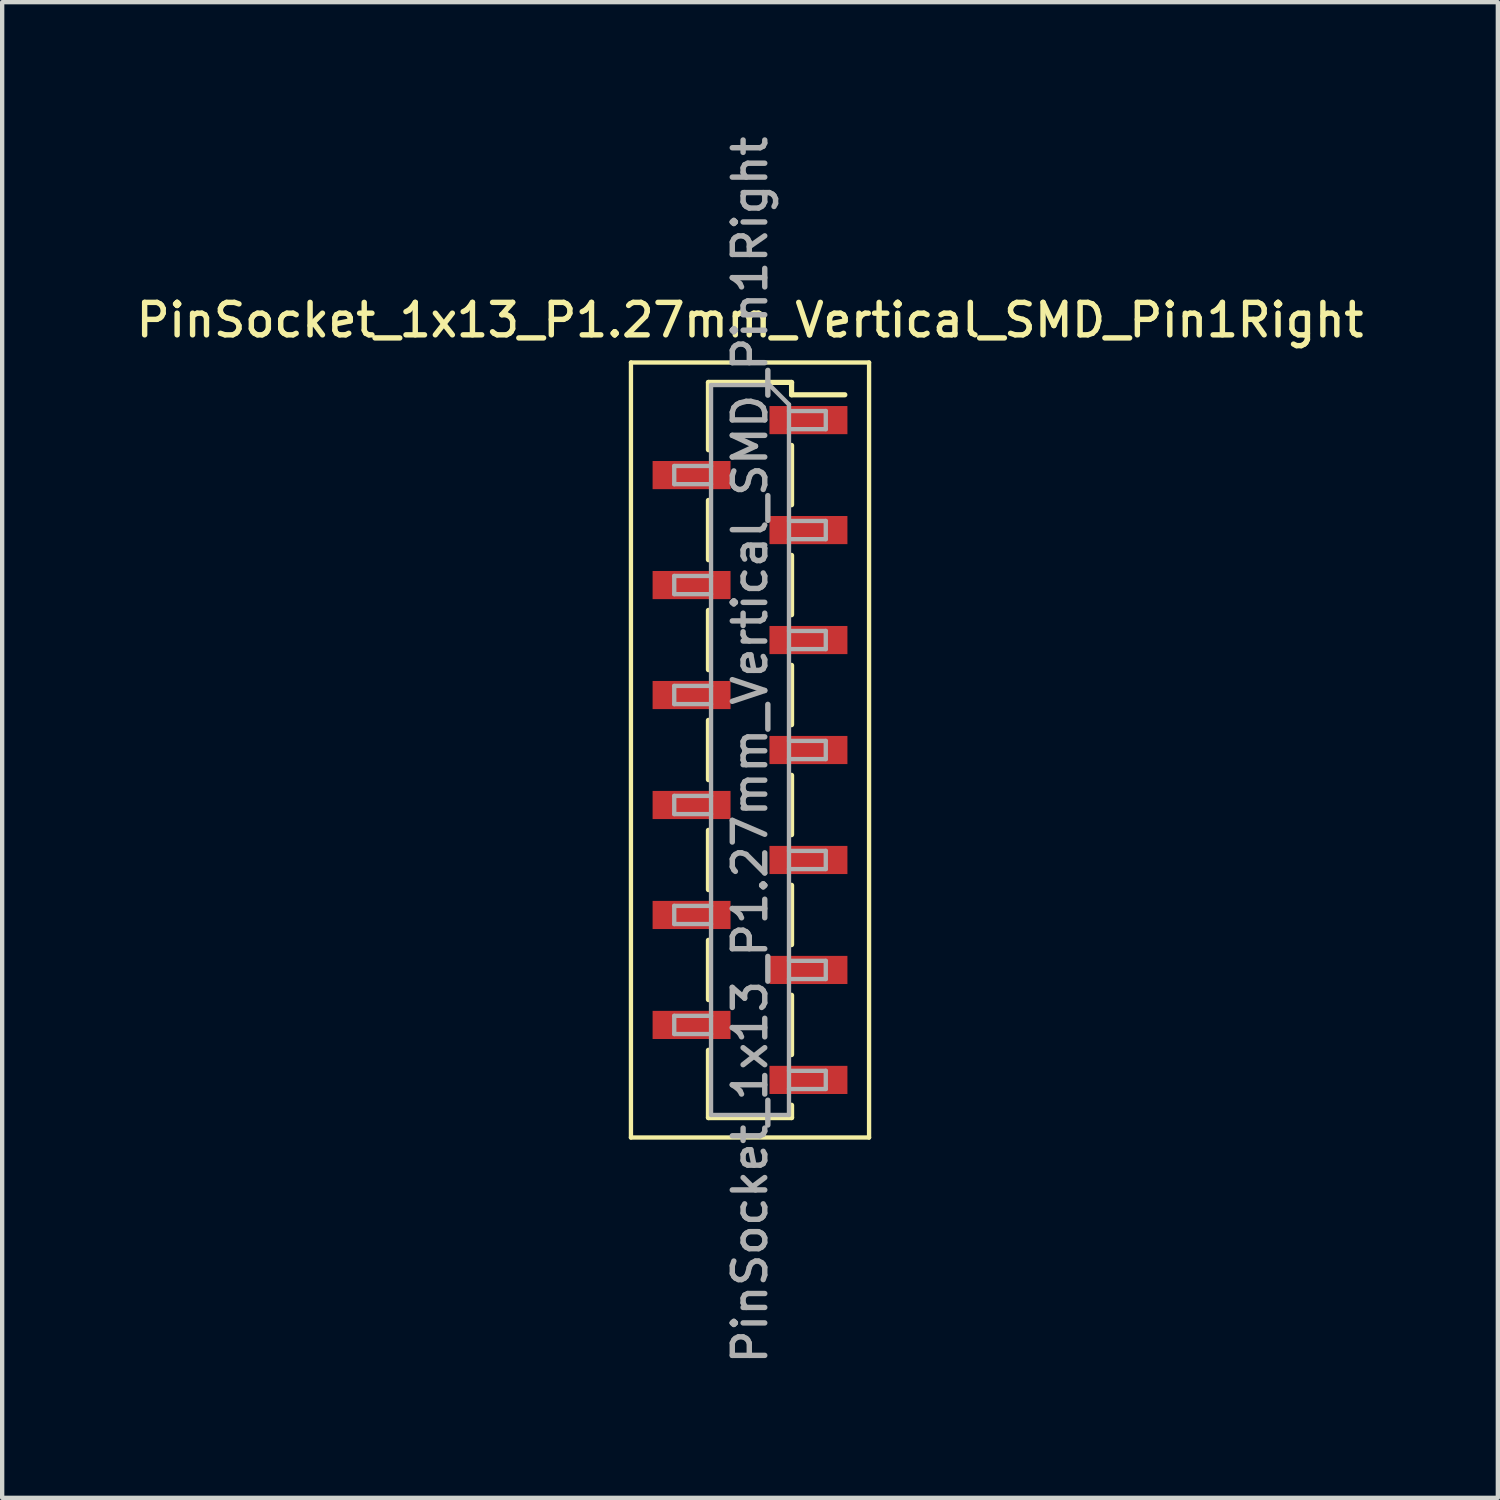
<source format=kicad_pcb>
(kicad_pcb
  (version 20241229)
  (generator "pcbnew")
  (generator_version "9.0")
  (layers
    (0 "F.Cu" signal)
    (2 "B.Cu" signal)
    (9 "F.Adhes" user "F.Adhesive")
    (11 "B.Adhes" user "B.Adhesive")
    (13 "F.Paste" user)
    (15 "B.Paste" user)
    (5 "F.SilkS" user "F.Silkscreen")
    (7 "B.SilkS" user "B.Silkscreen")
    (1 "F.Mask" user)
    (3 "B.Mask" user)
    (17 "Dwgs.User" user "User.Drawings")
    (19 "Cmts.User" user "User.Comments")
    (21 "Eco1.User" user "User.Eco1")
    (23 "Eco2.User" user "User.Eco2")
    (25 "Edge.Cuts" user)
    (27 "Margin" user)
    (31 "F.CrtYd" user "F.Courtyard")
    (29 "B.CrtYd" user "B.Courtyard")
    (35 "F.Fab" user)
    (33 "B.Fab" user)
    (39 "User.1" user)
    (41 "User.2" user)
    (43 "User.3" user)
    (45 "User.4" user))
  (footprint "PinSocket_1x13_P1.27mm_Vertical_SMD_Pin1Right"
    (layer "F.Cu")
    (at 14.273 14.273)
    (property "Reference" "PinSocket_1x13_P1.27mm_Vertical_SMD_Pin1Right" (at 0 -9.93 0) (layer "F.SilkS") (effects (font (size 0.75 0.75) (thickness 0.125))))
    (attr smd)
    (fp_line (start -2.75 -8.95) (end 2.75 -8.95) (stroke (width 0.1) (type solid)) (layer "F.SilkS"))
    (fp_line (start -2.75 8.95) (end -2.75 -8.95) (stroke (width 0.1) (type solid)) (layer "F.SilkS"))
    (fp_line (start -0.96 -8.49) (end -0.96 -6.935) (stroke (width 0.12) (type solid)) (layer "F.SilkS"))
    (fp_line (start -0.96 -8.49) (end 0.96 -8.49) (stroke (width 0.12) (type solid)) (layer "F.SilkS"))
    (fp_line (start -0.96 -5.765) (end -0.96 -4.395) (stroke (width 0.12) (type solid)) (layer "F.SilkS"))
    (fp_line (start -0.96 -3.225) (end -0.96 -1.855) (stroke (width 0.12) (type solid)) (layer "F.SilkS"))
    (fp_line (start -0.96 -0.685) (end -0.96 0.685) (stroke (width 0.12) (type solid)) (layer "F.SilkS"))
    (fp_line (start -0.96 1.855) (end -0.96 3.225) (stroke (width 0.12) (type solid)) (layer "F.SilkS"))
    (fp_line (start -0.96 4.395) (end -0.96 5.765) (stroke (width 0.12) (type solid)) (layer "F.SilkS"))
    (fp_line (start -0.96 6.935) (end -0.96 8.49) (stroke (width 0.12) (type solid)) (layer "F.SilkS"))
    (fp_line (start -0.96 8.49) (end 0.96 8.49) (stroke (width 0.12) (type solid)) (layer "F.SilkS"))
    (fp_line (start 0.96 -8.49) (end 0.96 -8.205) (stroke (width 0.12) (type solid)) (layer "F.SilkS"))
    (fp_line (start 0.96 -8.205) (end 2.19 -8.205) (stroke (width 0.12) (type solid)) (layer "F.SilkS"))
    (fp_line (start 0.96 -7.035) (end 0.96 -5.665) (stroke (width 0.12) (type solid)) (layer "F.SilkS"))
    (fp_line (start 0.96 -4.495) (end 0.96 -3.125) (stroke (width 0.12) (type solid)) (layer "F.SilkS"))
    (fp_line (start 0.96 -1.955) (end 0.96 -0.585) (stroke (width 0.12) (type solid)) (layer "F.SilkS"))
    (fp_line (start 0.96 0.585) (end 0.96 1.955) (stroke (width 0.12) (type solid)) (layer "F.SilkS"))
    (fp_line (start 0.96 3.125) (end 0.96 4.495) (stroke (width 0.12) (type solid)) (layer "F.SilkS"))
    (fp_line (start 0.96 5.665) (end 0.96 7.035) (stroke (width 0.12) (type solid)) (layer "F.SilkS"))
    (fp_line (start 0.96 8.205) (end 0.96 8.49) (stroke (width 0.12) (type solid)) (layer "F.SilkS"))
    (fp_line (start 2.75 -8.95) (end 2.75 8.95) (stroke (width 0.1) (type solid)) (layer "F.SilkS"))
    (fp_line (start 2.75 8.95) (end -2.75 8.95) (stroke (width 0.1) (type solid)) (layer "F.SilkS"))
    (fp_line (start -1.75 -6.56) (end -0.9 -6.56) (stroke (width 0.1) (type solid)) (layer "F.Fab"))
    (fp_line (start -1.75 -6.14) (end -1.75 -6.56) (stroke (width 0.1) (type solid)) (layer "F.Fab"))
    (fp_line (start -1.75 -4.02) (end -0.9 -4.02) (stroke (width 0.1) (type solid)) (layer "F.Fab"))
    (fp_line (start -1.75 -3.6) (end -1.75 -4.02) (stroke (width 0.1) (type solid)) (layer "F.Fab"))
    (fp_line (start -1.75 -1.48) (end -0.9 -1.48) (stroke (width 0.1) (type solid)) (layer "F.Fab"))
    (fp_line (start -1.75 -1.06) (end -1.75 -1.48) (stroke (width 0.1) (type solid)) (layer "F.Fab"))
    (fp_line (start -1.75 1.06) (end -0.9 1.06) (stroke (width 0.1) (type solid)) (layer "F.Fab"))
    (fp_line (start -1.75 1.48) (end -1.75 1.06) (stroke (width 0.1) (type solid)) (layer "F.Fab"))
    (fp_line (start -1.75 3.6) (end -0.9 3.6) (stroke (width 0.1) (type solid)) (layer "F.Fab"))
    (fp_line (start -1.75 4.02) (end -1.75 3.6) (stroke (width 0.1) (type solid)) (layer "F.Fab"))
    (fp_line (start -1.75 6.14) (end -0.9 6.14) (stroke (width 0.1) (type solid)) (layer "F.Fab"))
    (fp_line (start -1.75 6.56) (end -1.75 6.14) (stroke (width 0.1) (type solid)) (layer "F.Fab"))
    (fp_line (start -0.9 -8.43) (end 0.45 -8.43) (stroke (width 0.1) (type solid)) (layer "F.Fab"))
    (fp_line (start -0.9 -6.14) (end -1.75 -6.14) (stroke (width 0.1) (type solid)) (layer "F.Fab"))
    (fp_line (start -0.9 -3.6) (end -1.75 -3.6) (stroke (width 0.1) (type solid)) (layer "F.Fab"))
    (fp_line (start -0.9 -1.06) (end -1.75 -1.06) (stroke (width 0.1) (type solid)) (layer "F.Fab"))
    (fp_line (start -0.9 1.48) (end -1.75 1.48) (stroke (width 0.1) (type solid)) (layer "F.Fab"))
    (fp_line (start -0.9 4.02) (end -1.75 4.02) (stroke (width 0.1) (type solid)) (layer "F.Fab"))
    (fp_line (start -0.9 6.56) (end -1.75 6.56) (stroke (width 0.1) (type solid)) (layer "F.Fab"))
    (fp_line (start -0.9 8.43) (end -0.9 -8.43) (stroke (width 0.1) (type solid)) (layer "F.Fab"))
    (fp_line (start 0.45 -8.43) (end 0.9 -7.98) (stroke (width 0.1) (type solid)) (layer "F.Fab"))
    (fp_line (start 0.9 -7.98) (end 0.9 8.43) (stroke (width 0.1) (type solid)) (layer "F.Fab"))
    (fp_line (start 0.9 -7.83) (end 1.75 -7.83) (stroke (width 0.1) (type solid)) (layer "F.Fab"))
    (fp_line (start 0.9 -5.29) (end 1.75 -5.29) (stroke (width 0.1) (type solid)) (layer "F.Fab"))
    (fp_line (start 0.9 -2.75) (end 1.75 -2.75) (stroke (width 0.1) (type solid)) (layer "F.Fab"))
    (fp_line (start 0.9 -0.21) (end 1.75 -0.21) (stroke (width 0.1) (type solid)) (layer "F.Fab"))
    (fp_line (start 0.9 2.33) (end 1.75 2.33) (stroke (width 0.1) (type solid)) (layer "F.Fab"))
    (fp_line (start 0.9 4.87) (end 1.75 4.87) (stroke (width 0.1) (type solid)) (layer "F.Fab"))
    (fp_line (start 0.9 7.41) (end 1.75 7.41) (stroke (width 0.1) (type solid)) (layer "F.Fab"))
    (fp_line (start 0.9 8.43) (end -0.9 8.43) (stroke (width 0.1) (type solid)) (layer "F.Fab"))
    (fp_line (start 1.75 -7.83) (end 1.75 -7.41) (stroke (width 0.1) (type solid)) (layer "F.Fab"))
    (fp_line (start 1.75 -7.41) (end 0.9 -7.41) (stroke (width 0.1) (type solid)) (layer "F.Fab"))
    (fp_line (start 1.75 -5.29) (end 1.75 -4.87) (stroke (width 0.1) (type solid)) (layer "F.Fab"))
    (fp_line (start 1.75 -4.87) (end 0.9 -4.87) (stroke (width 0.1) (type solid)) (layer "F.Fab"))
    (fp_line (start 1.75 -2.75) (end 1.75 -2.33) (stroke (width 0.1) (type solid)) (layer "F.Fab"))
    (fp_line (start 1.75 -2.33) (end 0.9 -2.33) (stroke (width 0.1) (type solid)) (layer "F.Fab"))
    (fp_line (start 1.75 -0.21) (end 1.75 0.21) (stroke (width 0.1) (type solid)) (layer "F.Fab"))
    (fp_line (start 1.75 0.21) (end 0.9 0.21) (stroke (width 0.1) (type solid)) (layer "F.Fab"))
    (fp_line (start 1.75 2.33) (end 1.75 2.75) (stroke (width 0.1) (type solid)) (layer "F.Fab"))
    (fp_line (start 1.75 2.75) (end 0.9 2.75) (stroke (width 0.1) (type solid)) (layer "F.Fab"))
    (fp_line (start 1.75 4.87) (end 1.75 5.29) (stroke (width 0.1) (type solid)) (layer "F.Fab"))
    (fp_line (start 1.75 5.29) (end 0.9 5.29) (stroke (width 0.1) (type solid)) (layer "F.Fab"))
    (fp_line (start 1.75 7.41) (end 1.75 7.83) (stroke (width 0.1) (type solid)) (layer "F.Fab"))
    (fp_line (start 1.75 7.83) (end 0.9 7.83) (stroke (width 0.1) (type solid)) (layer "F.Fab"))
    (fp_text user "${REFERENCE}" (at 0 0 90) (layer "F.Fab") (effects (font (size 0.75 0.75) (thickness 0.125))))
    (pad "1" smd rect (at 1.35 -7.62) (size 1.8 0.65) (layers "F.Cu" "F.Mask" "F.Paste"))
    (pad "2" smd rect (at -1.35 -6.35) (size 1.8 0.65) (layers "F.Cu" "F.Mask" "F.Paste"))
    (pad "3" smd rect (at 1.35 -5.08) (size 1.8 0.65) (layers "F.Cu" "F.Mask" "F.Paste"))
    (pad "4" smd rect (at -1.35 -3.81) (size 1.8 0.65) (layers "F.Cu" "F.Mask" "F.Paste"))
    (pad "5" smd rect (at 1.35 -2.54) (size 1.8 0.65) (layers "F.Cu" "F.Mask" "F.Paste"))
    (pad "6" smd rect (at -1.35 -1.27) (size 1.8 0.65) (layers "F.Cu" "F.Mask" "F.Paste"))
    (pad "7" smd rect (at 1.35 0) (size 1.8 0.65) (layers "F.Cu" "F.Mask" "F.Paste"))
    (pad "8" smd rect (at -1.35 1.27) (size 1.8 0.65) (layers "F.Cu" "F.Mask" "F.Paste"))
    (pad "9" smd rect (at 1.35 2.54) (size 1.8 0.65) (layers "F.Cu" "F.Mask" "F.Paste"))
    (pad "10" smd rect (at -1.35 3.81) (size 1.8 0.65) (layers "F.Cu" "F.Mask" "F.Paste"))
    (pad "11" smd rect (at 1.35 5.08) (size 1.8 0.65) (layers "F.Cu" "F.Mask" "F.Paste"))
    (pad "12" smd rect (at -1.35 6.35) (size 1.8 0.65) (layers "F.Cu" "F.Mask" "F.Paste"))
    (pad "13" smd rect (at 1.35 7.62) (size 1.8 0.65) (layers "F.Cu" "F.Mask" "F.Paste")))
  (gr_rect
    (start -3 -3)
    (end 31.546 31.546)
    (stroke (width 0.1) (type default))
    (fill no)
    (layer "Edge.Cuts")))
</source>
